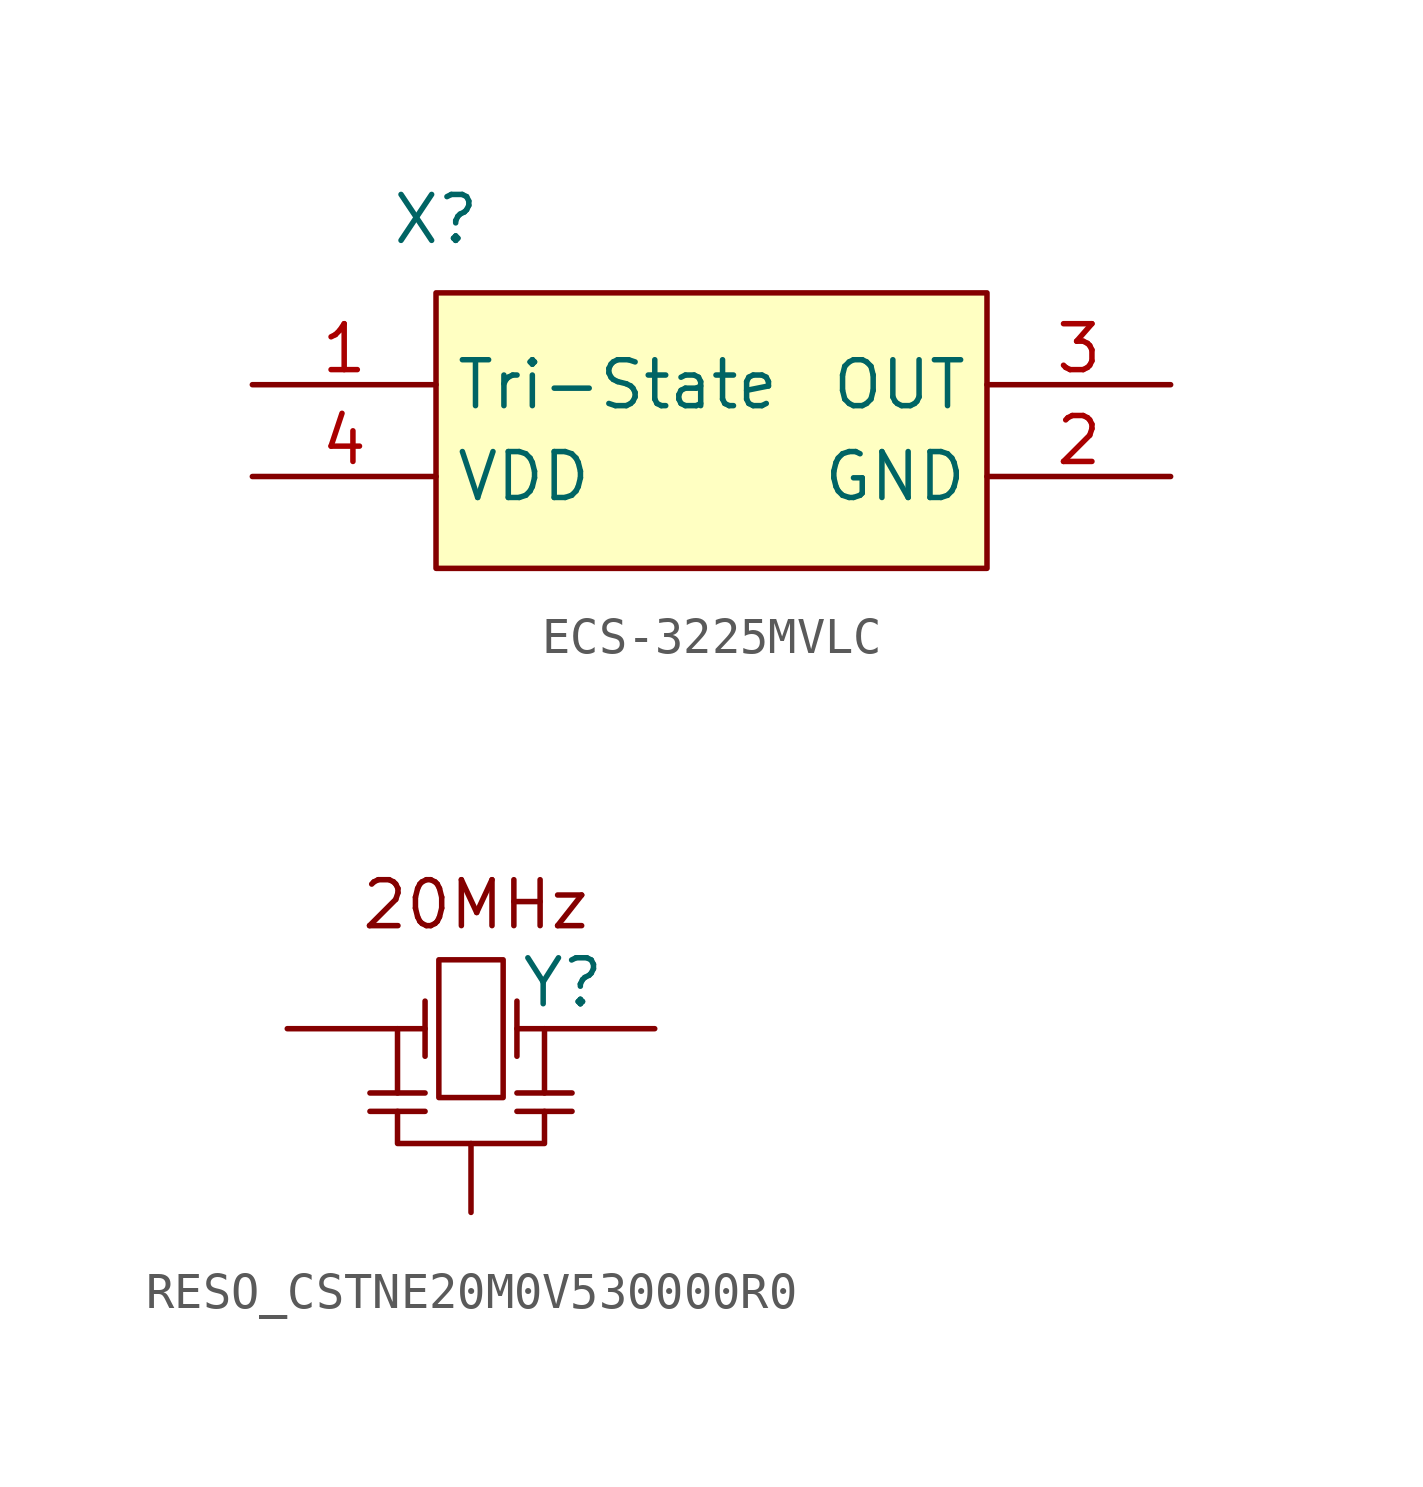
<source format=kicad_sym>
(kicad_symbol_lib
  (version 20231120)
  (generator "kicad_symbol_editor")
  (generator_version "8.0")
  (symbol "ECS-3225MVLC"
    (property "Reference" "X"
      (at 0 2.032 0)
      (effects (font (size 1.27 1.27))))
    (property "Value" ""
      (at 0 0 0)
      (effects (font (size 1.27 1.27))))
    (symbol "ECS-3225MVLC_1_1"
      (rectangle (start 0 0) (end 15.24 -7.62) (stroke (width 0) (type default)) (fill (type background)))
      (pin input line (at -5.08 -2.54 0) (length 5.08) (name "Tri-State" (effects (font (size 1.27 1.27)))) (number "1" (effects (font (size 1.27 1.27)))))
      (pin power_in line (at 20.32 -5.08 180) (length 5.08) (name "GND" (effects (font (size 1.27 1.27)))) (number "2" (effects (font (size 1.27 1.27)))))
      (pin output line (at 20.32 -2.54 180) (length 5.08) (name "OUT" (effects (font (size 1.27 1.27)))) (number "3" (effects (font (size 1.27 1.27)))))
      (pin power_in line (at -5.08 -5.08 0) (length 5.08) (name "VDD" (effects (font (size 1.27 1.27)))) (number "4" (effects (font (size 1.27 1.27)))))))
  (symbol "RESO_CSTNE20M0V530000R0"
    (pin_numbers hide)
    (pin_names
      (offset 1.016) hide)
    (property "Reference" "Y"
      (at 2.54 1.27 0)
      (effects (font (size 1.27 1.27))))
    (symbol "RESO_CSTNE20M0V530000R0_0_0"
      (rectangle (start -0.889 1.905) (end 0.889 -1.905) (stroke (width 0) (type solid)) (fill (type none)))
      (polyline (pts (xy -2.794 -2.286) (xy -1.27 -2.286)) (stroke (width 0) (type solid)) (fill (type none)))
      (polyline (pts (xy -2.794 -1.778) (xy -1.27 -1.778)) (stroke (width 0) (type solid)) (fill (type none)))
      (polyline (pts (xy -2.032 0) (xy -2.032 -1.778)) (stroke (width 0) (type solid)) (fill (type none)))
      (polyline (pts (xy -1.27 0.762) (xy -1.27 -0.762)) (stroke (width 0) (type solid)) (fill (type none)))
      (polyline (pts (xy 1.27 0.762) (xy 1.27 -0.762)) (stroke (width 0) (type solid)) (fill (type none)))
      (polyline (pts (xy 2.032 -2.286) (xy 2.032 -3.175) (xy -2.032 -3.175) (xy -2.032 -2.286)) (stroke (width 0) (type solid)) (fill (type none)))
      (text "20MHz" (at 0.127 3.429 0) (effects (font (size 1.27 1.27)))))
    (symbol "RESO_CSTNE20M0V530000R0_1_1"
      (polyline (pts (xy 1.27 -2.286) (xy 2.794 -2.286)) (stroke (width 0) (type solid)) (fill (type none)))
      (polyline (pts (xy 1.27 -1.778) (xy 2.794 -1.778)) (stroke (width 0) (type solid)) (fill (type none)))
      (polyline (pts (xy 2.032 0) (xy 2.032 -1.778)) (stroke (width 0) (type solid)) (fill (type none)))
      (pin passive line (at -5.08 0 0) (length 3.81) (name "Input" (effects (font (size 1.27 1.27)))) (number "1" (effects (font (size 1.27 1.27)))))
      (pin passive line (at 0 -5.08 90) (length 1.905) (name "GND" (effects (font (size 1.27 1.27)))) (number "2" (effects (font (size 1.27 1.27)))))
      (pin passive line (at 5.08 0 180) (length 3.81) (name "Output" (effects (font (size 1.27 1.27)))) (number "3" (effects (font (size 1.27 1.27))))))))
</source>
